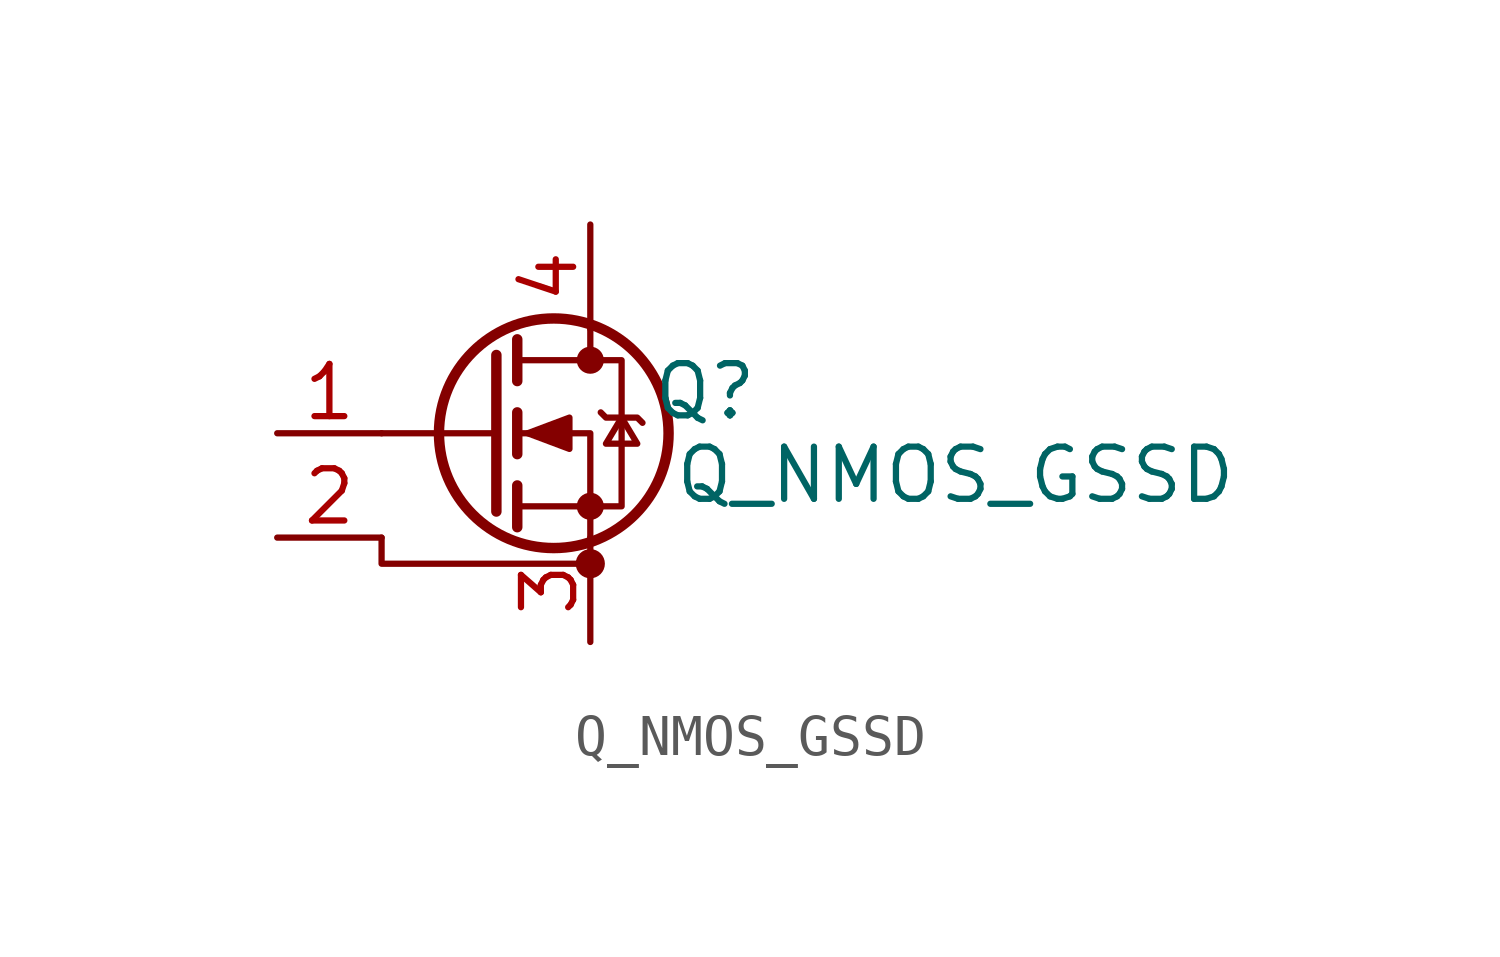
<source format=kicad_sym>
(kicad_symbol_lib
  (version 20241209)
  (generator "kicad_symbol_editor")
  (generator_version "9.0")
  (symbol "Q_NMOS_GSSD"
    (pin_names
      (offset 0)
      (hide yes))
    (property "Reference" "Q"
      (at 5.334 1.016 0)
      (effects (font (size 1.27 1.27))))
    (property "Value" "Q_NMOS_GSSD"
      (at 11.43 -1.016 0)
      (effects (font (size 1.27 1.27))))
    (symbol "Q_NMOS_GSSD_0_1"
      (polyline (pts (xy -2.54 -2.54) (xy -2.54 -3.175) (xy 2.54 -3.175)) (stroke (width 0) (type default)) (fill (type none)))
      (polyline (pts (xy 0.254 1.905) (xy 0.254 -1.905)) (stroke (width 0.254) (type default)) (fill (type none)))
      (polyline (pts (xy 0.254 0) (xy -2.54 0)) (stroke (width 0) (type default)) (fill (type none)))
      (polyline (pts (xy 0.762 2.286) (xy 0.762 1.27)) (stroke (width 0.254) (type default)) (fill (type none)))
      (polyline (pts (xy 0.762 0.508) (xy 0.762 -0.508)) (stroke (width 0.254) (type default)) (fill (type none)))
      (polyline (pts (xy 0.762 -1.27) (xy 0.762 -2.286)) (stroke (width 0.254) (type default)) (fill (type none)))
      (polyline (pts (xy 0.762 -1.778) (xy 3.302 -1.778) (xy 3.302 1.778) (xy 0.762 1.778)) (stroke (width 0) (type default)) (fill (type none)))
      (polyline (pts (xy 1.016 0) (xy 2.032 0.381) (xy 2.032 -0.381) (xy 1.016 0)) (stroke (width 0) (type default)) (fill (type outline)))
      (circle (center 1.651 0) (radius 2.794) (stroke (width 0.254) (type default)) (fill (type none)))
      (polyline (pts (xy 2.54 2.54) (xy 2.54 1.778)) (stroke (width 0) (type default)) (fill (type none)))
      (circle (center 2.54 1.778) (radius 0.254) (stroke (width 0) (type default)) (fill (type outline)))
      (circle (center 2.54 -1.778) (radius 0.254) (stroke (width 0) (type default)) (fill (type outline)))
      (polyline (pts (xy 2.54 -2.54) (xy 2.54 0) (xy 0.762 0)) (stroke (width 0) (type default)) (fill (type none)))
      (circle (center 2.54 -3.175) (radius 0.279) (stroke (width 0) (type default)) (fill (type outline)))
      (polyline (pts (xy 2.794 0.508) (xy 2.921 0.381) (xy 3.683 0.381) (xy 3.81 0.254)) (stroke (width 0) (type default)) (fill (type none)))
      (polyline (pts (xy 3.302 0.381) (xy 2.921 -0.254) (xy 3.683 -0.254) (xy 3.302 0.381)) (stroke (width 0) (type default)) (fill (type none))))
    (symbol "Q_NMOS_GSSD_1_1"
      (pin input line (at -5.08 0 0) (length 2.54) (name "G" (effects (font (size 1.27 1.27)))) (number "1" (effects (font (size 1.27 1.27)))))
      (pin passive line (at -5.08 -2.54 0) (length 2.54) (name "DS" (effects (font (size 1.27 1.27)))) (number "2" (effects (font (size 1.27 1.27)))))
      (pin passive line (at 2.54 5.08 270) (length 2.54) (name "D" (effects (font (size 1.27 1.27)))) (number "4" (effects (font (size 1.27 1.27)))))
      (pin passive line (at 2.54 -5.08 90) (length 2.54) (name "S" (effects (font (size 1.27 1.27)))) (number "3" (effects (font (size 1.27 1.27))))))))
</source>
